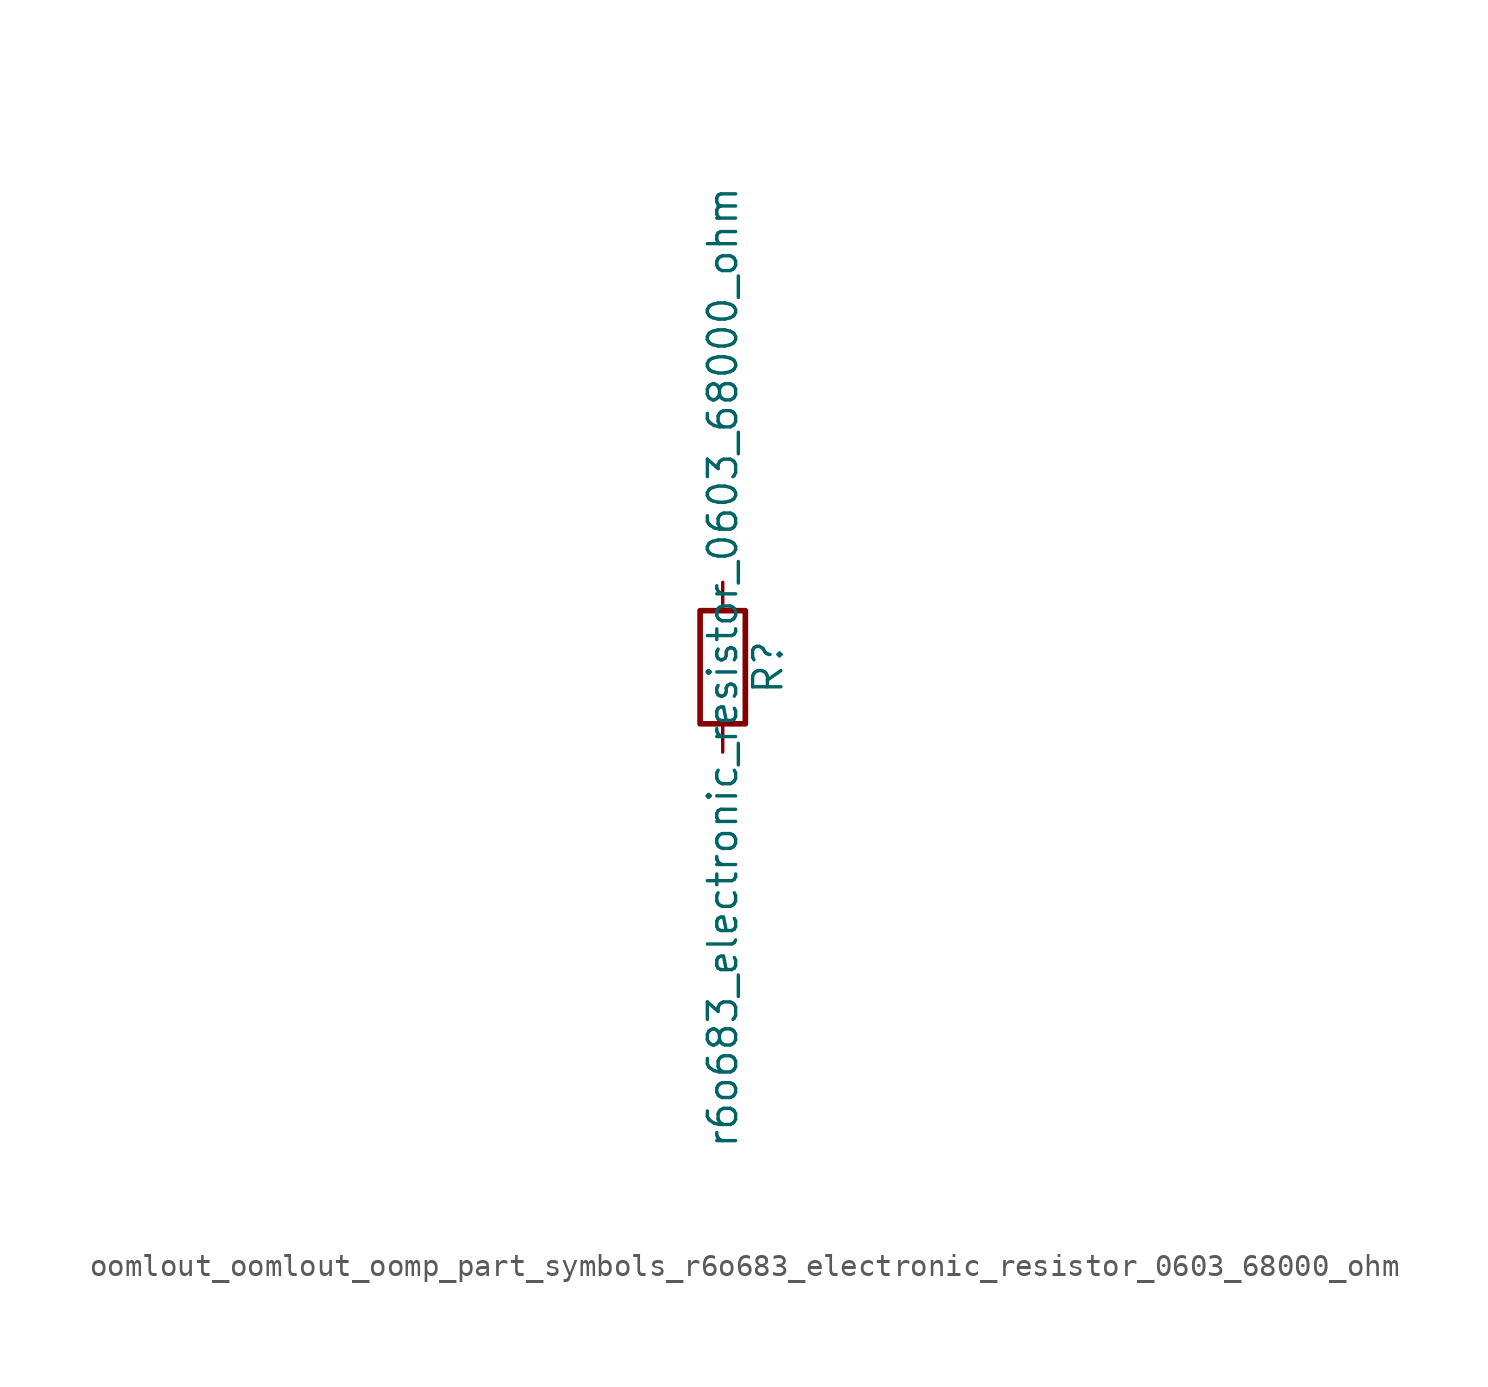
<source format=kicad_sym>
(kicad_symbol_lib
  (version 20220914)
  (generator kicad_symbol_editor)
  (symbol "oomlout_oomlout_oomp_part_symbols_r6o683_electronic_resistor_0603_68000_ohm"
    (pin_numbers hide)
    (pin_names
      (offset 0))
    (property "Reference" "R"
      (at 2.032 0 90)
      (effects (font (size 1.27 1.27))))
    (property "Value" "r6o683_electronic_resistor_0603_68000_ohm"
      (at 0 0 90)
      (effects (font (size 1.27 1.27))))
    (symbol "oomlout_oomlout_oomp_part_symbols_r6o683_electronic_resistor_0603_68000_ohm_0_1"
      (rectangle (start -1.016 -2.54) (end 1.016 2.54) (stroke (width 0.254) (type default)) (fill (type none))))
    (symbol "oomlout_oomlout_oomp_part_symbols_r6o683_electronic_resistor_0603_68000_ohm_1_1"
      (pin passive line (at 0 3.81 270) (length 1.27) (name "~" (effects (font (size 1.27 1.27)))) (number "1" (effects (font (size 1.27 1.27)))))
      (pin passive line (at 0 -3.81 90) (length 1.27) (name "~" (effects (font (size 1.27 1.27)))) (number "2" (effects (font (size 1.27 1.27))))))))
</source>
